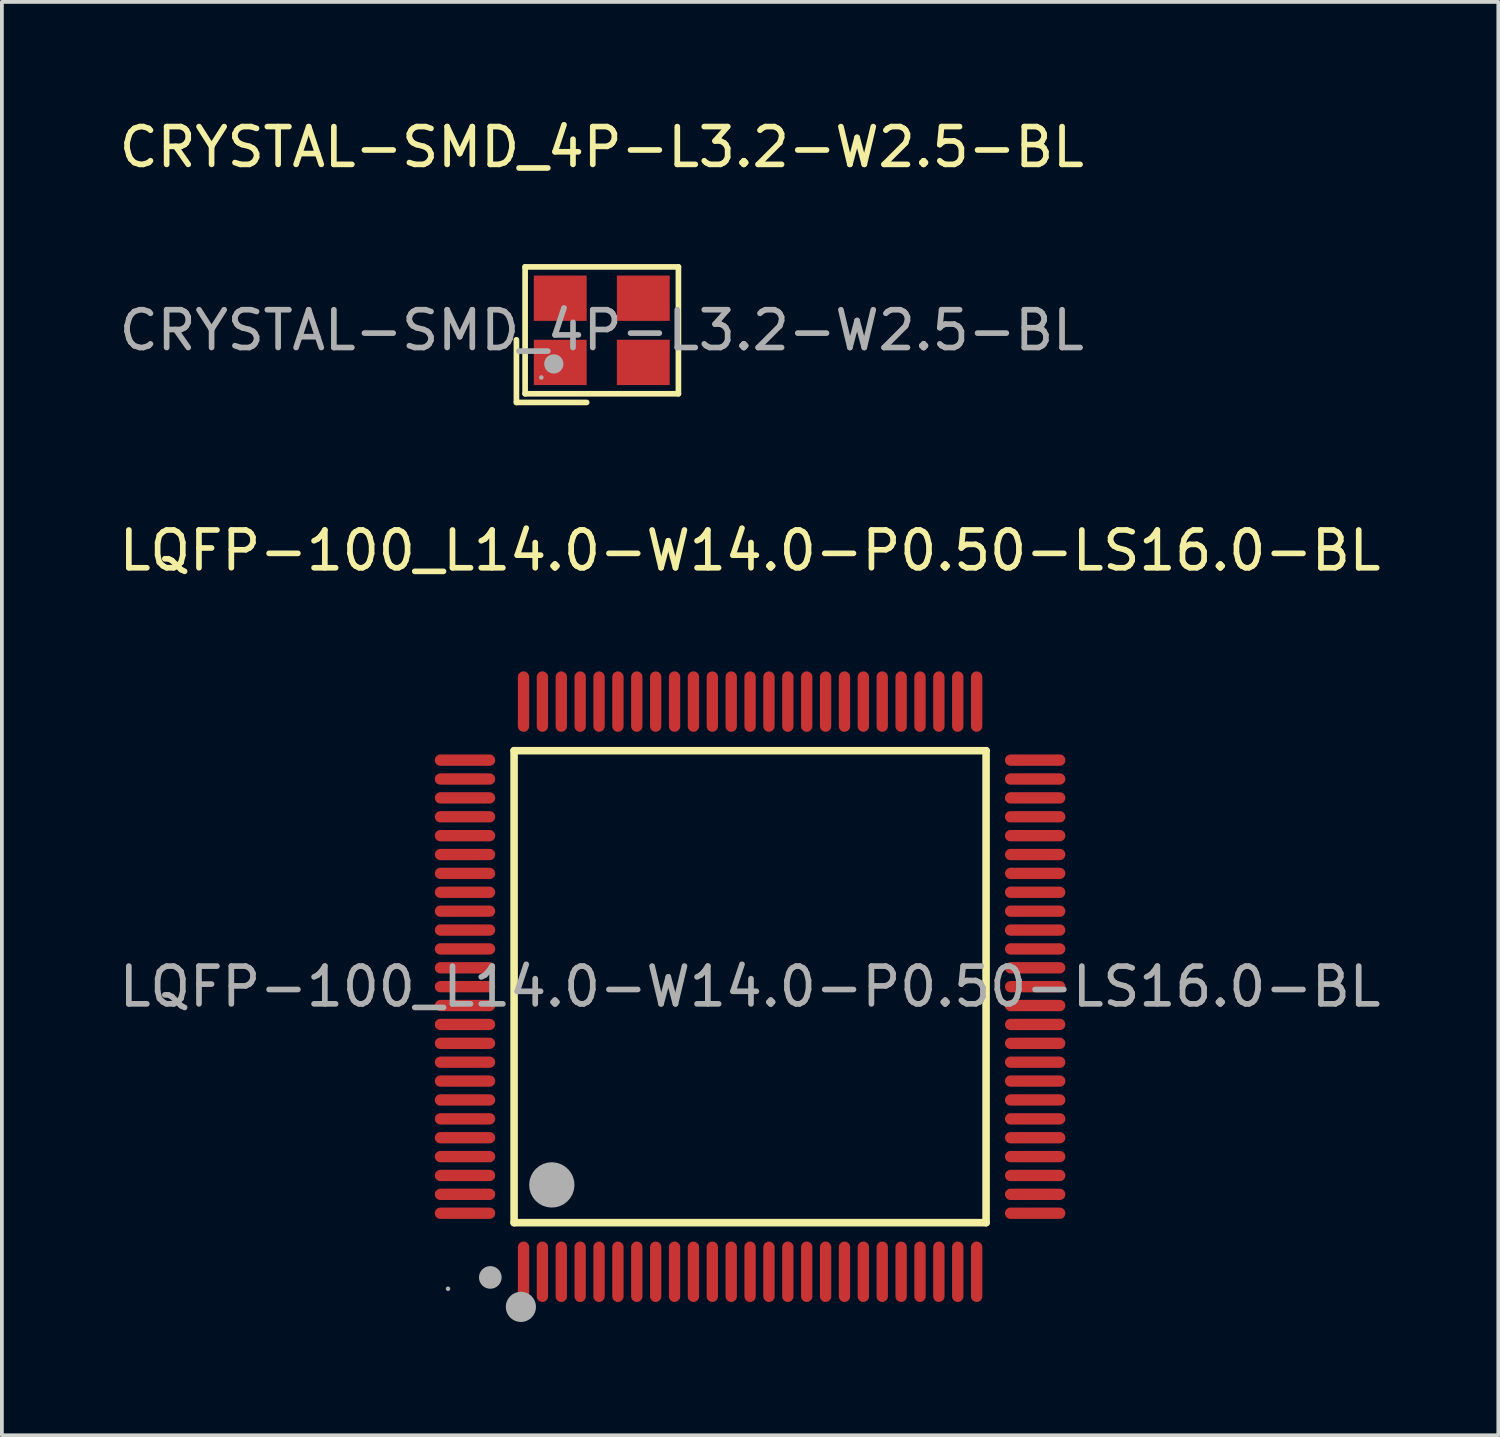
<source format=kicad_pcb>
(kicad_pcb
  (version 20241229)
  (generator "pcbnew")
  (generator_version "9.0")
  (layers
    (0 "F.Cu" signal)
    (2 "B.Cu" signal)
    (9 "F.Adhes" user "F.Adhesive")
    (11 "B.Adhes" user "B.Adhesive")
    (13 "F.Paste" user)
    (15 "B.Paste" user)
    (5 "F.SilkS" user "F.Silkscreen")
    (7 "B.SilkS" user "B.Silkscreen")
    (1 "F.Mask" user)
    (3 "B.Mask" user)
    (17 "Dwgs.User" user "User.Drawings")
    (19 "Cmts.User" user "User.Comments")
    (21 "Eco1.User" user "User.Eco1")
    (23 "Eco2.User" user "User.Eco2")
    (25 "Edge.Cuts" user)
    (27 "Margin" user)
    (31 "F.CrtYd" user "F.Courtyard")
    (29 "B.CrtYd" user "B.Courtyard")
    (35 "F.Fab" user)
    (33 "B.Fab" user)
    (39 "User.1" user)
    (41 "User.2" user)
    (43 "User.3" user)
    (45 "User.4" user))
  (footprint "LQFP-100_L14.0-W14.0-P0.50-LS16.0-BL"
    (layer "F.Cu")
    (at 16.815 23.081)
    (property "Reference" "LQFP-100_L14.0-W14.0-P0.50-LS16.0-BL" (at 0 -11.55 0) (layer "F.SilkS") (effects (font (size 1 1) (thickness 0.15))))
    (attr smd)
    (fp_line (start -6.25 -6.25) (end -6.25 6.25) (stroke (width 0.2) (type solid)) (layer "F.SilkS"))
    (fp_line (start -6.25 6.25) (end 6.25 6.25) (stroke (width 0.2) (type solid)) (layer "F.SilkS"))
    (fp_line (start 6.25 -6.25) (end -6.25 -6.25) (stroke (width 0.2) (type solid)) (layer "F.SilkS"))
    (fp_line (start 6.25 6.25) (end 6.25 -6.25) (stroke (width 0.2) (type solid)) (layer "F.SilkS"))
    (fp_arc (start -6.88 7.7) (mid -6.88 7.7) (end -6.88 7.7) (stroke (width 0.3) (type solid)) (layer "F.Fab"))
    (fp_arc (start -5.24 4.95) (mid -5.254999 5.550125) (end -5.250004 4.949833) (stroke (width 0.6) (type solid)) (layer "F.Fab"))
    (fp_circle (center -8 8) (end -7.97 8) (stroke (width 0.06) (type solid)) (fill no) (layer "F.Fab"))
    (fp_circle (center -6.07 8.48) (end -5.87 8.48) (stroke (width 0.4) (type solid)) (fill no) (layer "F.Fab"))
    (fp_text user "${REFERENCE}" (at 0 0 0) (layer "F.Fab") (effects (font (size 1 1) (thickness 0.15))))
    (pad "1" smd oval (at -6 7.55) (size 0.3 1.6) (layers "F.Cu" "F.Mask" "F.Paste"))
    (pad "2" smd oval (at -5.5 7.55) (size 0.3 1.6) (layers "F.Cu" "F.Mask" "F.Paste"))
    (pad "3" smd oval (at -5 7.55) (size 0.3 1.6) (layers "F.Cu" "F.Mask" "F.Paste"))
    (pad "4" smd oval (at -4.5 7.55) (size 0.3 1.6) (layers "F.Cu" "F.Mask" "F.Paste"))
    (pad "5" smd oval (at -4 7.55) (size 0.3 1.6) (layers "F.Cu" "F.Mask" "F.Paste"))
    (pad "6" smd oval (at -3.5 7.55) (size 0.3 1.6) (layers "F.Cu" "F.Mask" "F.Paste"))
    (pad "7" smd oval (at -3 7.55) (size 0.3 1.6) (layers "F.Cu" "F.Mask" "F.Paste"))
    (pad "8" smd oval (at -2.5 7.55) (size 0.3 1.6) (layers "F.Cu" "F.Mask" "F.Paste"))
    (pad "9" smd oval (at -2 7.55) (size 0.3 1.6) (layers "F.Cu" "F.Mask" "F.Paste"))
    (pad "10" smd oval (at -1.5 7.55) (size 0.3 1.6) (layers "F.Cu" "F.Mask" "F.Paste"))
    (pad "11" smd oval (at -1 7.55) (size 0.3 1.6) (layers "F.Cu" "F.Mask" "F.Paste"))
    (pad "12" smd oval (at -0.5 7.55) (size 0.3 1.6) (layers "F.Cu" "F.Mask" "F.Paste"))
    (pad "13" smd oval (at 0 7.55) (size 0.3 1.6) (layers "F.Cu" "F.Mask" "F.Paste"))
    (pad "14" smd oval (at 0.5 7.55) (size 0.3 1.6) (layers "F.Cu" "F.Mask" "F.Paste"))
    (pad "15" smd oval (at 1 7.55) (size 0.3 1.6) (layers "F.Cu" "F.Mask" "F.Paste"))
    (pad "16" smd oval (at 1.5 7.55) (size 0.3 1.6) (layers "F.Cu" "F.Mask" "F.Paste"))
    (pad "17" smd oval (at 2 7.55) (size 0.3 1.6) (layers "F.Cu" "F.Mask" "F.Paste"))
    (pad "18" smd oval (at 2.5 7.55) (size 0.3 1.6) (layers "F.Cu" "F.Mask" "F.Paste"))
    (pad "19" smd oval (at 3 7.55) (size 0.3 1.6) (layers "F.Cu" "F.Mask" "F.Paste"))
    (pad "20" smd oval (at 3.5 7.55) (size 0.3 1.6) (layers "F.Cu" "F.Mask" "F.Paste"))
    (pad "21" smd oval (at 4 7.55) (size 0.3 1.6) (layers "F.Cu" "F.Mask" "F.Paste"))
    (pad "22" smd oval (at 4.5 7.55) (size 0.3 1.6) (layers "F.Cu" "F.Mask" "F.Paste"))
    (pad "23" smd oval (at 5 7.55) (size 0.3 1.6) (layers "F.Cu" "F.Mask" "F.Paste"))
    (pad "24" smd oval (at 5.5 7.55) (size 0.3 1.6) (layers "F.Cu" "F.Mask" "F.Paste"))
    (pad "25" smd oval (at 6 7.55) (size 0.3 1.6) (layers "F.Cu" "F.Mask" "F.Paste"))
    (pad "26" smd oval (at 7.55 6) (size 1.6 0.3) (layers "F.Cu" "F.Mask" "F.Paste"))
    (pad "27" smd oval (at 7.55 5.5) (size 1.6 0.3) (layers "F.Cu" "F.Mask" "F.Paste"))
    (pad "28" smd oval (at 7.55 5) (size 1.6 0.3) (layers "F.Cu" "F.Mask" "F.Paste"))
    (pad "29" smd oval (at 7.55 4.5) (size 1.6 0.3) (layers "F.Cu" "F.Mask" "F.Paste"))
    (pad "30" smd oval (at 7.55 4) (size 1.6 0.3) (layers "F.Cu" "F.Mask" "F.Paste"))
    (pad "31" smd oval (at 7.55 3.5) (size 1.6 0.3) (layers "F.Cu" "F.Mask" "F.Paste"))
    (pad "32" smd oval (at 7.55 3) (size 1.6 0.3) (layers "F.Cu" "F.Mask" "F.Paste"))
    (pad "33" smd oval (at 7.55 2.5) (size 1.6 0.3) (layers "F.Cu" "F.Mask" "F.Paste"))
    (pad "34" smd oval (at 7.55 2) (size 1.6 0.3) (layers "F.Cu" "F.Mask" "F.Paste"))
    (pad "35" smd oval (at 7.55 1.5) (size 1.6 0.3) (layers "F.Cu" "F.Mask" "F.Paste"))
    (pad "36" smd oval (at 7.55 1) (size 1.6 0.3) (layers "F.Cu" "F.Mask" "F.Paste"))
    (pad "37" smd oval (at 7.55 0.5) (size 1.6 0.3) (layers "F.Cu" "F.Mask" "F.Paste"))
    (pad "38" smd oval (at 7.55 0) (size 1.6 0.3) (layers "F.Cu" "F.Mask" "F.Paste"))
    (pad "39" smd oval (at 7.55 -0.5) (size 1.6 0.3) (layers "F.Cu" "F.Mask" "F.Paste"))
    (pad "40" smd oval (at 7.55 -1) (size 1.6 0.3) (layers "F.Cu" "F.Mask" "F.Paste"))
    (pad "41" smd oval (at 7.55 -1.5) (size 1.6 0.3) (layers "F.Cu" "F.Mask" "F.Paste"))
    (pad "42" smd oval (at 7.55 -2) (size 1.6 0.3) (layers "F.Cu" "F.Mask" "F.Paste"))
    (pad "43" smd oval (at 7.55 -2.5) (size 1.6 0.3) (layers "F.Cu" "F.Mask" "F.Paste"))
    (pad "44" smd oval (at 7.55 -3) (size 1.6 0.3) (layers "F.Cu" "F.Mask" "F.Paste"))
    (pad "45" smd oval (at 7.55 -3.5) (size 1.6 0.3) (layers "F.Cu" "F.Mask" "F.Paste"))
    (pad "46" smd oval (at 7.55 -4) (size 1.6 0.3) (layers "F.Cu" "F.Mask" "F.Paste"))
    (pad "47" smd oval (at 7.55 -4.5) (size 1.6 0.3) (layers "F.Cu" "F.Mask" "F.Paste"))
    (pad "48" smd oval (at 7.55 -5) (size 1.6 0.3) (layers "F.Cu" "F.Mask" "F.Paste"))
    (pad "49" smd oval (at 7.55 -5.5) (size 1.6 0.3) (layers "F.Cu" "F.Mask" "F.Paste"))
    (pad "50" smd oval (at 7.55 -6) (size 1.6 0.3) (layers "F.Cu" "F.Mask" "F.Paste"))
    (pad "51" smd oval (at 6 -7.55) (size 0.3 1.6) (layers "F.Cu" "F.Mask" "F.Paste"))
    (pad "52" smd oval (at 5.5 -7.55) (size 0.3 1.6) (layers "F.Cu" "F.Mask" "F.Paste"))
    (pad "53" smd oval (at 5 -7.55) (size 0.3 1.6) (layers "F.Cu" "F.Mask" "F.Paste"))
    (pad "54" smd oval (at 4.5 -7.55) (size 0.3 1.6) (layers "F.Cu" "F.Mask" "F.Paste"))
    (pad "55" smd oval (at 4 -7.55) (size 0.3 1.6) (layers "F.Cu" "F.Mask" "F.Paste"))
    (pad "56" smd oval (at 3.5 -7.55) (size 0.3 1.6) (layers "F.Cu" "F.Mask" "F.Paste"))
    (pad "57" smd oval (at 3 -7.55) (size 0.3 1.6) (layers "F.Cu" "F.Mask" "F.Paste"))
    (pad "58" smd oval (at 2.5 -7.55) (size 0.3 1.6) (layers "F.Cu" "F.Mask" "F.Paste"))
    (pad "59" smd oval (at 2 -7.55) (size 0.3 1.6) (layers "F.Cu" "F.Mask" "F.Paste"))
    (pad "60" smd oval (at 1.5 -7.55) (size 0.3 1.6) (layers "F.Cu" "F.Mask" "F.Paste"))
    (pad "61" smd oval (at 1 -7.55) (size 0.3 1.6) (layers "F.Cu" "F.Mask" "F.Paste"))
    (pad "62" smd oval (at 0.5 -7.55) (size 0.3 1.6) (layers "F.Cu" "F.Mask" "F.Paste"))
    (pad "63" smd oval (at 0 -7.55) (size 0.3 1.6) (layers "F.Cu" "F.Mask" "F.Paste"))
    (pad "64" smd oval (at -0.5 -7.55) (size 0.3 1.6) (layers "F.Cu" "F.Mask" "F.Paste"))
    (pad "65" smd oval (at -1 -7.55) (size 0.3 1.6) (layers "F.Cu" "F.Mask" "F.Paste"))
    (pad "66" smd oval (at -1.5 -7.55) (size 0.3 1.6) (layers "F.Cu" "F.Mask" "F.Paste"))
    (pad "67" smd oval (at -2 -7.55) (size 0.3 1.6) (layers "F.Cu" "F.Mask" "F.Paste"))
    (pad "68" smd oval (at -2.5 -7.55) (size 0.3 1.6) (layers "F.Cu" "F.Mask" "F.Paste"))
    (pad "69" smd oval (at -3 -7.55) (size 0.3 1.6) (layers "F.Cu" "F.Mask" "F.Paste"))
    (pad "70" smd oval (at -3.5 -7.55) (size 0.3 1.6) (layers "F.Cu" "F.Mask" "F.Paste"))
    (pad "71" smd oval (at -4 -7.55) (size 0.3 1.6) (layers "F.Cu" "F.Mask" "F.Paste"))
    (pad "72" smd oval (at -4.5 -7.55) (size 0.3 1.6) (layers "F.Cu" "F.Mask" "F.Paste"))
    (pad "73" smd oval (at -5 -7.55) (size 0.3 1.6) (layers "F.Cu" "F.Mask" "F.Paste"))
    (pad "74" smd oval (at -5.5 -7.55) (size 0.3 1.6) (layers "F.Cu" "F.Mask" "F.Paste"))
    (pad "75" smd oval (at -6 -7.55) (size 0.3 1.6) (layers "F.Cu" "F.Mask" "F.Paste"))
    (pad "76" smd oval (at -7.55 -6) (size 1.6 0.3) (layers "F.Cu" "F.Mask" "F.Paste"))
    (pad "77" smd oval (at -7.55 -5.5) (size 1.6 0.3) (layers "F.Cu" "F.Mask" "F.Paste"))
    (pad "78" smd oval (at -7.55 -5) (size 1.6 0.3) (layers "F.Cu" "F.Mask" "F.Paste"))
    (pad "79" smd oval (at -7.55 -4.5) (size 1.6 0.3) (layers "F.Cu" "F.Mask" "F.Paste"))
    (pad "80" smd oval (at -7.55 -4) (size 1.6 0.3) (layers "F.Cu" "F.Mask" "F.Paste"))
    (pad "81" smd oval (at -7.55 -3.5) (size 1.6 0.3) (layers "F.Cu" "F.Mask" "F.Paste"))
    (pad "82" smd oval (at -7.55 -3) (size 1.6 0.3) (layers "F.Cu" "F.Mask" "F.Paste"))
    (pad "83" smd oval (at -7.55 -2.5) (size 1.6 0.3) (layers "F.Cu" "F.Mask" "F.Paste"))
    (pad "84" smd oval (at -7.55 -2) (size 1.6 0.3) (layers "F.Cu" "F.Mask" "F.Paste"))
    (pad "85" smd oval (at -7.55 -1.5) (size 1.6 0.3) (layers "F.Cu" "F.Mask" "F.Paste"))
    (pad "86" smd oval (at -7.55 -1) (size 1.6 0.3) (layers "F.Cu" "F.Mask" "F.Paste"))
    (pad "87" smd oval (at -7.55 -0.5) (size 1.6 0.3) (layers "F.Cu" "F.Mask" "F.Paste"))
    (pad "88" smd oval (at -7.55 0) (size 1.6 0.3) (layers "F.Cu" "F.Mask" "F.Paste"))
    (pad "89" smd oval (at -7.55 0.5) (size 1.6 0.3) (layers "F.Cu" "F.Mask" "F.Paste"))
    (pad "90" smd oval (at -7.55 1) (size 1.6 0.3) (layers "F.Cu" "F.Mask" "F.Paste"))
    (pad "91" smd oval (at -7.55 1.5) (size 1.6 0.3) (layers "F.Cu" "F.Mask" "F.Paste"))
    (pad "92" smd oval (at -7.55 2) (size 1.6 0.3) (layers "F.Cu" "F.Mask" "F.Paste"))
    (pad "93" smd oval (at -7.55 2.5) (size 1.6 0.3) (layers "F.Cu" "F.Mask" "F.Paste"))
    (pad "94" smd oval (at -7.55 3) (size 1.6 0.3) (layers "F.Cu" "F.Mask" "F.Paste"))
    (pad "95" smd oval (at -7.55 3.5) (size 1.6 0.3) (layers "F.Cu" "F.Mask" "F.Paste"))
    (pad "96" smd oval (at -7.55 4) (size 1.6 0.3) (layers "F.Cu" "F.Mask" "F.Paste"))
    (pad "97" smd oval (at -7.55 4.5) (size 1.6 0.3) (layers "F.Cu" "F.Mask" "F.Paste"))
    (pad "98" smd oval (at -7.55 5) (size 1.6 0.3) (layers "F.Cu" "F.Mask" "F.Paste"))
    (pad "99" smd oval (at -7.55 5.5) (size 1.6 0.3) (layers "F.Cu" "F.Mask" "F.Paste"))
    (pad "100" smd oval (at -7.55 6) (size 1.6 0.3) (layers "F.Cu" "F.Mask" "F.Paste")))
  (footprint "CRYSTAL-SMD_4P-L3.2-W2.5-BL"
    (layer "F.Cu")
    (at 12.887 5.698)
    (property "Reference" "CRYSTAL-SMD_4P-L3.2-W2.5-BL" (at 0 -4.85 0) (layer "F.SilkS") (effects (font (size 1 1) (thickness 0.15))))
    (attr smd)
    (fp_line (start -2.26 0.25) (end -2.26 1.91) (stroke (width 0.15) (type solid)) (layer "F.SilkS"))
    (fp_line (start -2.26 1.91) (end -0.4 1.91) (stroke (width 0.15) (type solid)) (layer "F.SilkS"))
    (fp_line (start -2.03 -1.68) (end 2.03 -1.68) (stroke (width 0.15) (type solid)) (layer "F.SilkS"))
    (fp_line (start -2.03 1.68) (end -2.03 -1.68) (stroke (width 0.15) (type solid)) (layer "F.SilkS"))
    (fp_line (start 2.03 -1.68) (end 2.03 1.68) (stroke (width 0.15) (type solid)) (layer "F.SilkS"))
    (fp_line (start 2.03 1.68) (end -2.03 1.68) (stroke (width 0.15) (type solid)) (layer "F.SilkS"))
    (fp_circle (center -1.6 1.25) (end -1.57 1.25) (stroke (width 0.06) (type solid)) (fill no) (layer "F.Fab"))
    (fp_circle (center -1.27 0.89) (end -1.14 0.89) (stroke (width 0.25) (type solid)) (fill no) (layer "F.Fab"))
    (fp_text user "${REFERENCE}" (at 0 0 0) (layer "F.Fab") (effects (font (size 1 1) (thickness 0.15))))
    (pad "1" smd rect (at -1.1 0.85) (size 1.4 1.2) (layers "F.Cu" "F.Mask" "F.Paste"))
    (pad "2" smd rect (at 1.1 0.85) (size 1.4 1.2) (layers "F.Cu" "F.Mask" "F.Paste"))
    (pad "3" smd rect (at 1.1 -0.85) (size 1.4 1.2) (layers "F.Cu" "F.Mask" "F.Paste"))
    (pad "4" smd rect (at -1.1 -0.85) (size 1.4 1.2) (layers "F.Cu" "F.Mask" "F.Paste")))
  (gr_rect
    (start -3 -3)
    (end 36.631 34.962)
    (stroke (width 0.1) (type default))
    (fill no)
    (layer "Edge.Cuts")))
</source>
